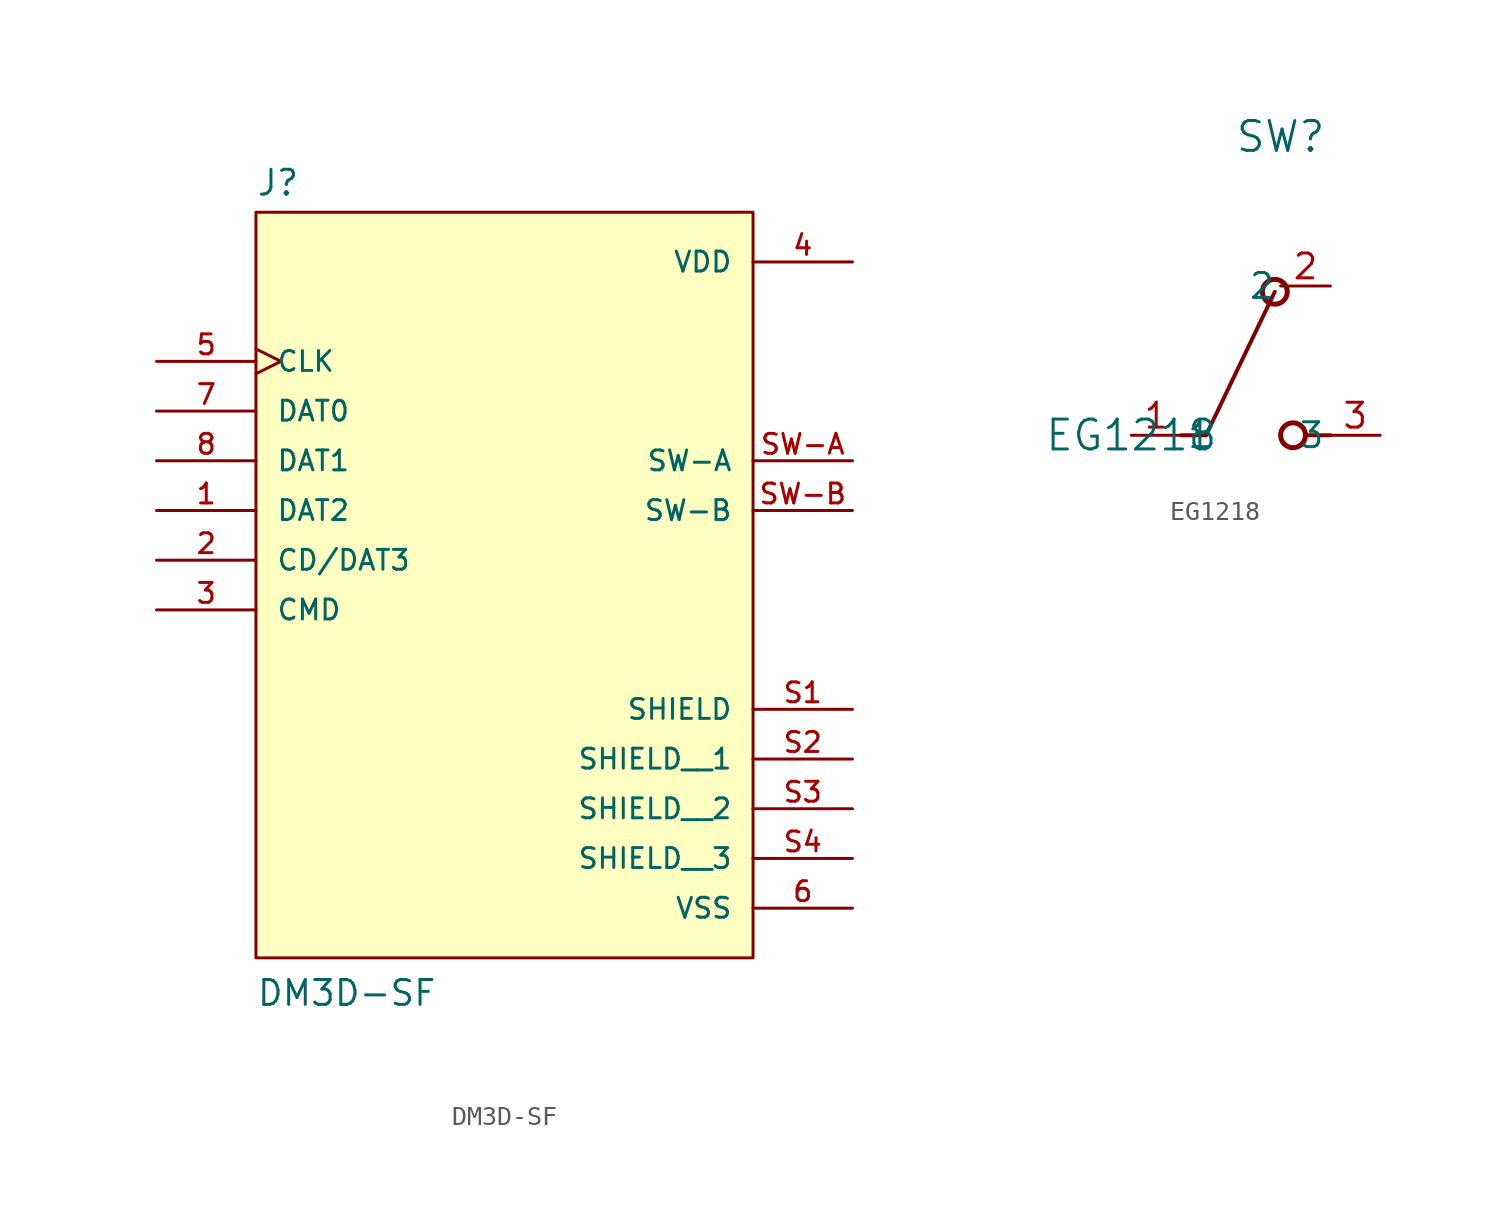
<source format=kicad_sym>
(kicad_symbol_lib
  (version 20231120)
  (generator "kicad_symbol_editor")
  (generator_version "8.0")
  (symbol "DM3D-SF"
    (pin_names
      (offset 1.016))
    (property "Reference" "J"
      (at -12.7 16.002 0)
      (effects (font (size 1.27 1.27)) (justify left bottom)))
    (property "Value" "DM3D-SF"
      (at -12.7 -25.4 0)
      (effects (font (size 1.27 1.27)) (justify left bottom)))
    (symbol "DM3D-SF_0_0"
      (rectangle (start -12.7 -22.86) (end 12.7 15.24) (stroke (width 0.152) (type default)) (fill (type background)))
      (pin bidirectional line (at -17.78 0 0) (length 5.08) (name "DAT2" (effects (font (size 1.016 1.016)))) (number "1" (effects (font (size 1.016 1.016)))))
      (pin bidirectional line (at -17.78 -2.54 0) (length 5.08) (name "CD/DAT3" (effects (font (size 1.016 1.016)))) (number "2" (effects (font (size 1.016 1.016)))))
      (pin bidirectional line (at -17.78 -5.08 0) (length 5.08) (name "CMD" (effects (font (size 1.016 1.016)))) (number "3" (effects (font (size 1.016 1.016)))))
      (pin power_in line (at 17.78 12.7 180) (length 5.08) (name "VDD" (effects (font (size 1.016 1.016)))) (number "4" (effects (font (size 1.016 1.016)))))
      (pin bidirectional clock (at -17.78 7.62 0) (length 5.08) (name "CLK" (effects (font (size 1.016 1.016)))) (number "5" (effects (font (size 1.016 1.016)))))
      (pin power_in line (at 17.78 -20.32 180) (length 5.08) (name "VSS" (effects (font (size 1.016 1.016)))) (number "6" (effects (font (size 1.016 1.016)))))
      (pin bidirectional line (at -17.78 5.08 0) (length 5.08) (name "DAT0" (effects (font (size 1.016 1.016)))) (number "7" (effects (font (size 1.016 1.016)))))
      (pin bidirectional line (at -17.78 2.54 0) (length 5.08) (name "DAT1" (effects (font (size 1.016 1.016)))) (number "8" (effects (font (size 1.016 1.016)))))
      (pin passive line (at 17.78 -10.16 180) (length 5.08) (name "SHIELD" (effects (font (size 1.016 1.016)))) (number "S1" (effects (font (size 1.016 1.016)))))
      (pin passive line (at 17.78 -12.7 180) (length 5.08) (name "SHIELD__1" (effects (font (size 1.016 1.016)))) (number "S2" (effects (font (size 1.016 1.016)))))
      (pin passive line (at 17.78 -15.24 180) (length 5.08) (name "SHIELD__2" (effects (font (size 1.016 1.016)))) (number "S3" (effects (font (size 1.016 1.016)))))
      (pin passive line (at 17.78 -17.78 180) (length 5.08) (name "SHIELD__3" (effects (font (size 1.016 1.016)))) (number "S4" (effects (font (size 1.016 1.016)))))
      (pin bidirectional line (at 17.78 2.54 180) (length 5.08) (name "SW-A" (effects (font (size 1.016 1.016)))) (number "SW-A" (effects (font (size 1.016 1.016)))))
      (pin bidirectional line (at 17.78 0 180) (length 5.08) (name "SW-B" (effects (font (size 1.016 1.016)))) (number "SW-B" (effects (font (size 1.016 1.016)))))))
  (symbol "EG1218"
    (pin_names
      (offset 0.254))
    (property "Reference" "SW"
      (at 7.62 15.24 0)
      (effects (font (size 1.524 1.524))))
    (property "Value" "EG1218"
      (at 0 0 0)
      (effects (font (size 1.524 1.524))))
    (property "ki_locked" ""
      (at 0 0 0)
      (effects (font (size 1.27 1.27))))
    (symbol "EG1218_1_1"
      (polyline (pts (xy 2.54 0) (xy 3.81 0)) (stroke (width 0.203) (type default)) (fill (type none)))
      (polyline (pts (xy 7.325 7.325) (xy 3.81 0)) (stroke (width 0.203) (type default)) (fill (type none)))
      (polyline (pts (xy 10.16 0) (xy 8.89 0)) (stroke (width 0.203) (type default)) (fill (type none)))
      (circle (center 7.325 7.325) (radius 0.635) (stroke (width 0.254) (type default)) (fill (type none)))
      (circle (center 8.255 0) (radius 0.635) (stroke (width 0.254) (type default)) (fill (type none)))
      (pin unspecified line (at 0 0 0) (length 2.54) (name "1" (effects (font (size 1.27 1.27)))) (number "1" (effects (font (size 1.27 1.27)))))
      (pin unspecified line (at 10.16 7.62 180) (length 2.54) (name "2" (effects (font (size 1.27 1.27)))) (number "2" (effects (font (size 1.27 1.27)))))
      (pin unspecified line (at 12.7 0 180) (length 2.54) (name "3" (effects (font (size 1.27 1.27)))) (number "3" (effects (font (size 1.27 1.27))))))))
</source>
